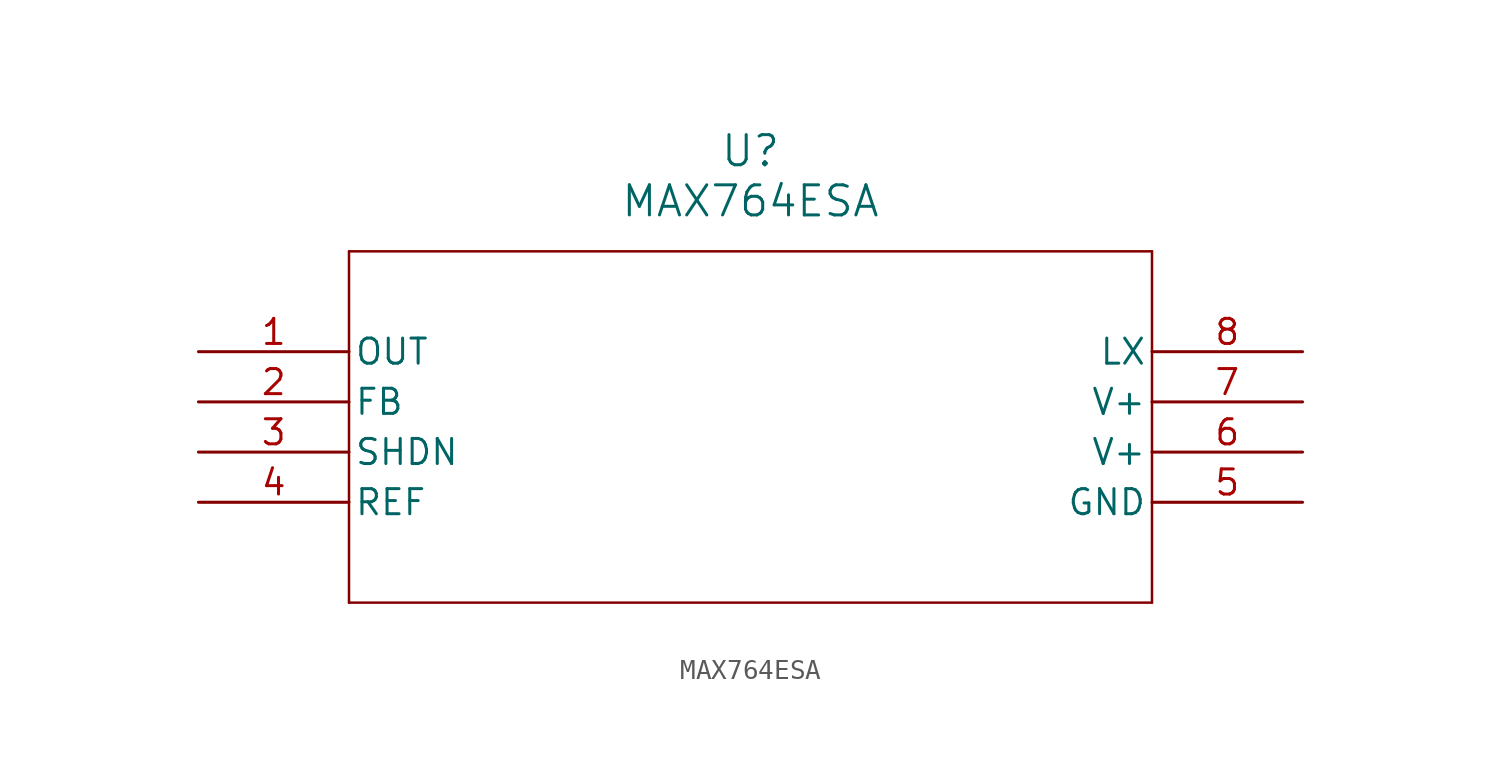
<source format=kicad_sym>
(kicad_symbol_lib
  (version 20211014)
  (generator kicad_symbol_editor)
  (symbol "MAX764ESA"
    (pin_names
      (offset 0.254))
    (property "Reference" "U"
      (at 27.94 10.16 0)
      (effects (font (size 1.524 1.524))))
    (property "Value" "MAX764ESA"
      (at 27.94 7.62 0)
      (effects (font (size 1.524 1.524))))
    (symbol "MAX764ESA_0_1"
      (polyline (pts (xy 7.62 5.08) (xy 7.62 -12.7)) (stroke (width 0.127) (type default) (color 0 0 0 0)) (fill (type none)))
      (polyline (pts (xy 7.62 -12.7) (xy 48.26 -12.7)) (stroke (width 0.127) (type default) (color 0 0 0 0)) (fill (type none)))
      (polyline (pts (xy 48.26 -12.7) (xy 48.26 5.08)) (stroke (width 0.127) (type default) (color 0 0 0 0)) (fill (type none)))
      (polyline (pts (xy 48.26 5.08) (xy 7.62 5.08)) (stroke (width 0.127) (type default) (color 0 0 0 0)) (fill (type none)))
      (pin output line (at 0 0 0) (length 7.62) (name "OUT" (effects (font (size 1.27 1.27)))) (number "1" (effects (font (size 1.27 1.27)))))
      (pin input line (at 0 -2.54 0) (length 7.62) (name "FB" (effects (font (size 1.27 1.27)))) (number "2" (effects (font (size 1.27 1.27)))))
      (pin input line (at 0 -5.08 0) (length 7.62) (name "SHDN" (effects (font (size 1.27 1.27)))) (number "3" (effects (font (size 1.27 1.27)))))
      (pin output line (at 0 -7.62 0) (length 7.62) (name "REF" (effects (font (size 1.27 1.27)))) (number "4" (effects (font (size 1.27 1.27)))))
      (pin power_in line (at 55.88 -7.62 180) (length 7.62) (name "GND" (effects (font (size 1.27 1.27)))) (number "5" (effects (font (size 1.27 1.27)))))
      (pin power_in line (at 55.88 -5.08 180) (length 7.62) (name "V+" (effects (font (size 1.27 1.27)))) (number "6" (effects (font (size 1.27 1.27)))))
      (pin power_in line (at 55.88 -2.54 180) (length 7.62) (name "V+" (effects (font (size 1.27 1.27)))) (number "7" (effects (font (size 1.27 1.27)))))
      (pin unspecified line (at 55.88 0 180) (length 7.62) (name "LX" (effects (font (size 1.27 1.27)))) (number "8" (effects (font (size 1.27 1.27))))))))
</source>
